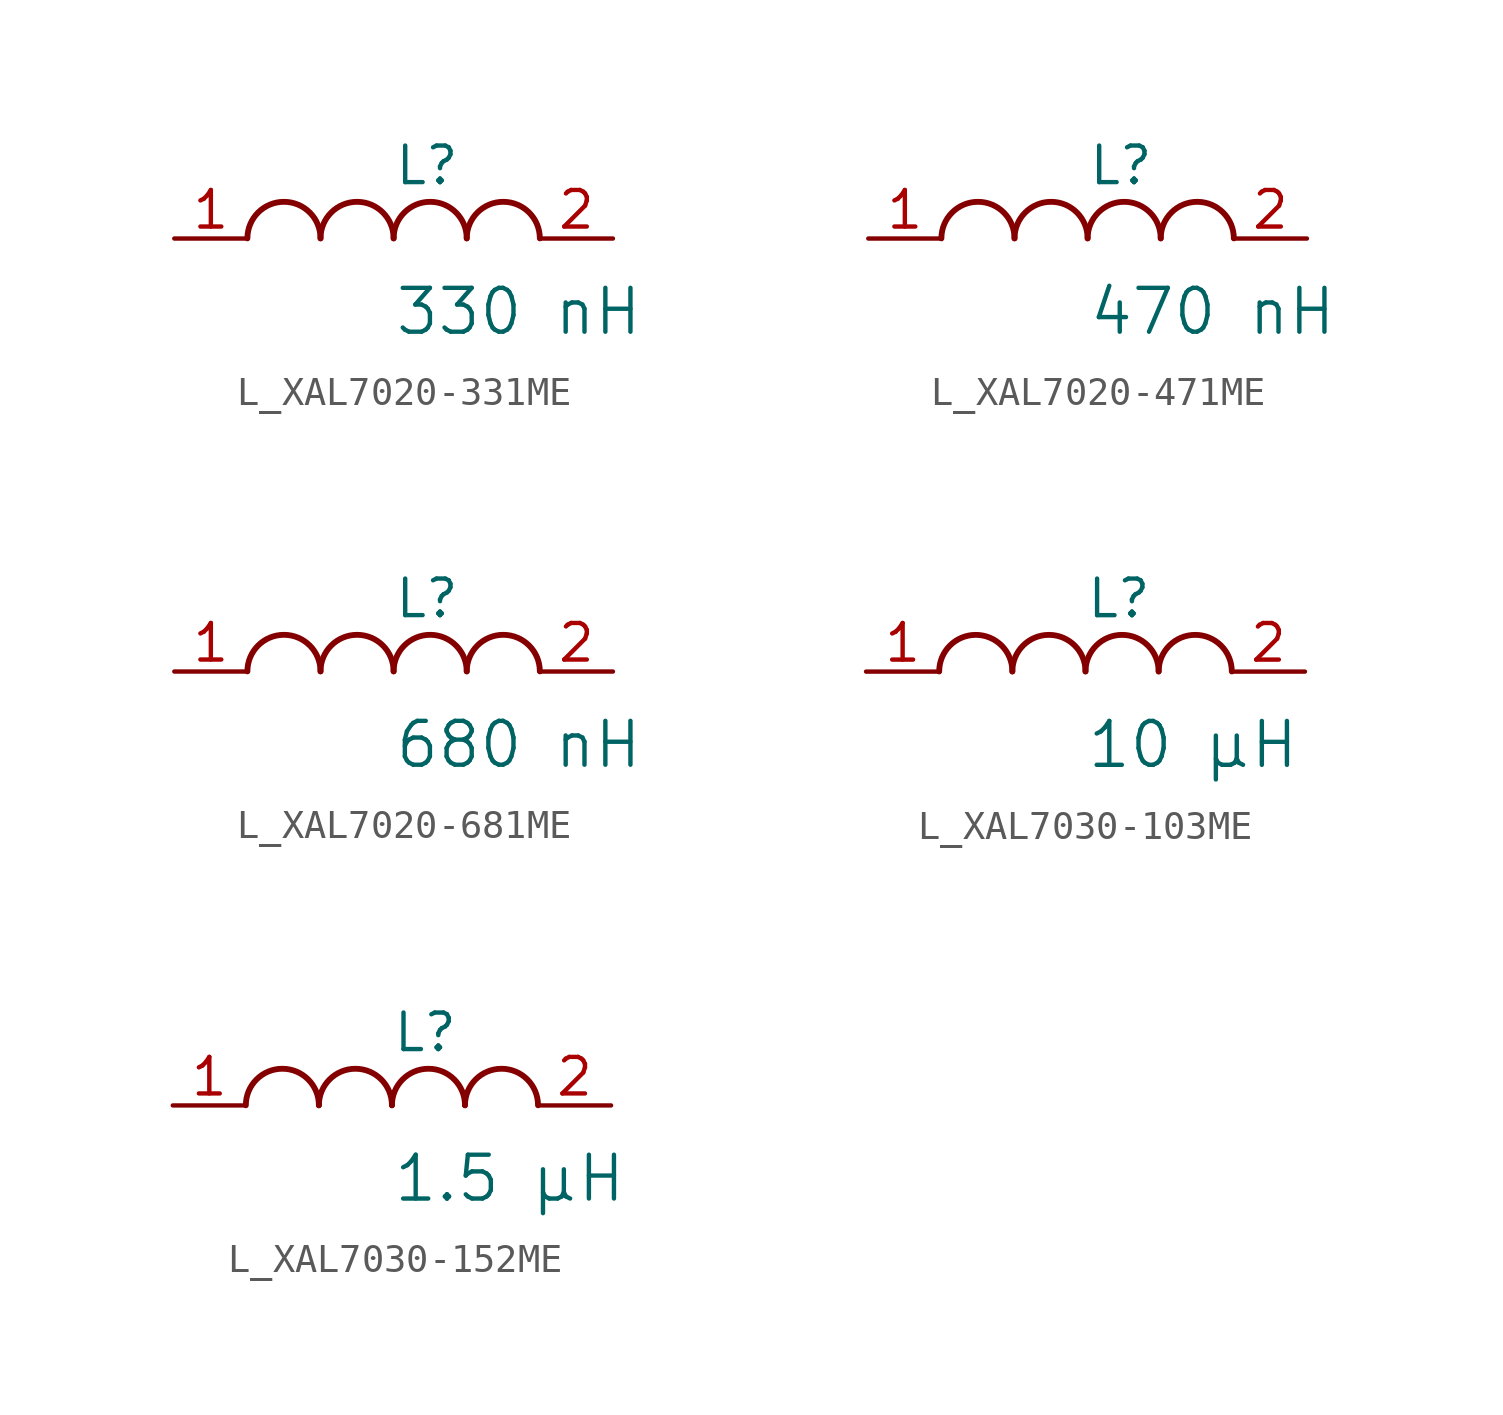
<source format=kicad_sym>
(kicad_symbol_lib
  (version 20231120)
  (generator "kicad_symbol_editor")
  (generator_version "8.0")
  (symbol "L_XAL7020-331ME"
    (pin_names
      (offset 0.254))
    (property "Reference" "L"
      (at 0 2.54 0)
      (effects (font (size 1.27 1.27)) (justify left)))
    (property "Value" "330 nH"
      (at 0 -2.54 0)
      (effects (font (size 1.524 1.524)) (justify left)))
    (symbol "L_XAL7020-331ME_1_1"
      (arc (start -2.54 0.0056) (mid -3.81 1.27) (end -5.08 0.0056) (stroke (width 0.2032) (type default)) (fill (type none)))
      (arc (start 0 0.0056) (mid -1.27 1.27) (end -2.54 0.0056) (stroke (width 0.2032) (type default)) (fill (type none)))
      (arc (start 2.54 0.0056) (mid 1.27 1.27) (end 0 0.0056) (stroke (width 0.2032) (type default)) (fill (type none)))
      (arc (start 5.08 0.0056) (mid 3.81 1.27) (end 2.54 0.0056) (stroke (width 0.2032) (type default)) (fill (type none)))
      (pin unspecified line (at -7.62 0 0) (length 2.54) (name "" (effects (font (size 1.27 1.27)))) (number "1" (effects (font (size 1.27 1.27)))))
      (pin unspecified line (at 7.62 0 180) (length 2.54) (name "" (effects (font (size 1.27 1.27)))) (number "2" (effects (font (size 1.27 1.27)))))))
  (symbol "L_XAL7020-471ME"
    (pin_names
      (offset 0.254))
    (property "Reference" "L"
      (at 0 2.54 0)
      (effects (font (size 1.27 1.27)) (justify left)))
    (property "Value" "470 nH"
      (at 0 -2.54 0)
      (effects (font (size 1.524 1.524)) (justify left)))
    (symbol "L_XAL7020-471ME_1_1"
      (arc (start -2.54 0.0056) (mid -3.81 1.27) (end -5.08 0.0056) (stroke (width 0.2032) (type default)) (fill (type none)))
      (arc (start 0 0.0056) (mid -1.27 1.27) (end -2.54 0.0056) (stroke (width 0.2032) (type default)) (fill (type none)))
      (arc (start 2.54 0.0056) (mid 1.27 1.27) (end 0 0.0056) (stroke (width 0.2032) (type default)) (fill (type none)))
      (arc (start 5.08 0.0056) (mid 3.81 1.27) (end 2.54 0.0056) (stroke (width 0.2032) (type default)) (fill (type none)))
      (pin unspecified line (at -7.62 0 0) (length 2.54) (name "" (effects (font (size 1.27 1.27)))) (number "1" (effects (font (size 1.27 1.27)))))
      (pin unspecified line (at 7.62 0 180) (length 2.54) (name "" (effects (font (size 1.27 1.27)))) (number "2" (effects (font (size 1.27 1.27)))))))
  (symbol "L_XAL7020-681ME"
    (pin_names
      (offset 0.254))
    (property "Reference" "L"
      (at 0 2.54 0)
      (effects (font (size 1.27 1.27)) (justify left)))
    (property "Value" "680 nH"
      (at 0 -2.54 0)
      (effects (font (size 1.524 1.524)) (justify left)))
    (symbol "L_XAL7020-681ME_1_1"
      (arc (start -2.54 0.0056) (mid -3.81 1.27) (end -5.08 0.0056) (stroke (width 0.2032) (type default)) (fill (type none)))
      (arc (start 0 0.0056) (mid -1.27 1.27) (end -2.54 0.0056) (stroke (width 0.2032) (type default)) (fill (type none)))
      (arc (start 2.54 0.0056) (mid 1.27 1.27) (end 0 0.0056) (stroke (width 0.2032) (type default)) (fill (type none)))
      (arc (start 5.08 0.0056) (mid 3.81 1.27) (end 2.54 0.0056) (stroke (width 0.2032) (type default)) (fill (type none)))
      (pin unspecified line (at -7.62 0 0) (length 2.54) (name "" (effects (font (size 1.27 1.27)))) (number "1" (effects (font (size 1.27 1.27)))))
      (pin unspecified line (at 7.62 0 180) (length 2.54) (name "" (effects (font (size 1.27 1.27)))) (number "2" (effects (font (size 1.27 1.27)))))))
  (symbol "L_XAL7030-103ME"
    (pin_names
      (offset 0.254))
    (property "Reference" "L"
      (at 0 2.54 0)
      (effects (font (size 1.27 1.27)) (justify left)))
    (property "Value" "10 µH"
      (at 0 -2.54 0)
      (effects (font (size 1.524 1.524)) (justify left)))
    (symbol "L_XAL7030-103ME_1_1"
      (arc (start -2.54 0.0056) (mid -3.81 1.27) (end -5.08 0.0056) (stroke (width 0.2032) (type default)) (fill (type none)))
      (arc (start 0 0.0056) (mid -1.27 1.27) (end -2.54 0.0056) (stroke (width 0.2032) (type default)) (fill (type none)))
      (arc (start 2.54 0.0056) (mid 1.27 1.27) (end 0 0.0056) (stroke (width 0.2032) (type default)) (fill (type none)))
      (arc (start 5.08 0.0056) (mid 3.81 1.27) (end 2.54 0.0056) (stroke (width 0.2032) (type default)) (fill (type none)))
      (pin unspecified line (at -7.62 0 0) (length 2.54) (name "" (effects (font (size 1.27 1.27)))) (number "1" (effects (font (size 1.27 1.27)))))
      (pin unspecified line (at 7.62 0 180) (length 2.54) (name "" (effects (font (size 1.27 1.27)))) (number "2" (effects (font (size 1.27 1.27)))))))
  (symbol "L_XAL7030-152ME"
    (pin_names
      (offset 0.254))
    (property "Reference" "L"
      (at 0 2.54 0)
      (effects (font (size 1.27 1.27)) (justify left)))
    (property "Value" "1.5 µH"
      (at 0 -2.54 0)
      (effects (font (size 1.524 1.524)) (justify left)))
    (symbol "L_XAL7030-152ME_1_1"
      (arc (start -2.54 0.0056) (mid -3.81 1.27) (end -5.08 0.0056) (stroke (width 0.2032) (type default)) (fill (type none)))
      (arc (start 0 0.0056) (mid -1.27 1.27) (end -2.54 0.0056) (stroke (width 0.2032) (type default)) (fill (type none)))
      (arc (start 2.54 0.0056) (mid 1.27 1.27) (end 0 0.0056) (stroke (width 0.2032) (type default)) (fill (type none)))
      (arc (start 5.08 0.0056) (mid 3.81 1.27) (end 2.54 0.0056) (stroke (width 0.2032) (type default)) (fill (type none)))
      (pin unspecified line (at -7.62 0 0) (length 2.54) (name "" (effects (font (size 1.27 1.27)))) (number "1" (effects (font (size 1.27 1.27)))))
      (pin unspecified line (at 7.62 0 180) (length 2.54) (name "" (effects (font (size 1.27 1.27)))) (number "2" (effects (font (size 1.27 1.27))))))))
</source>
